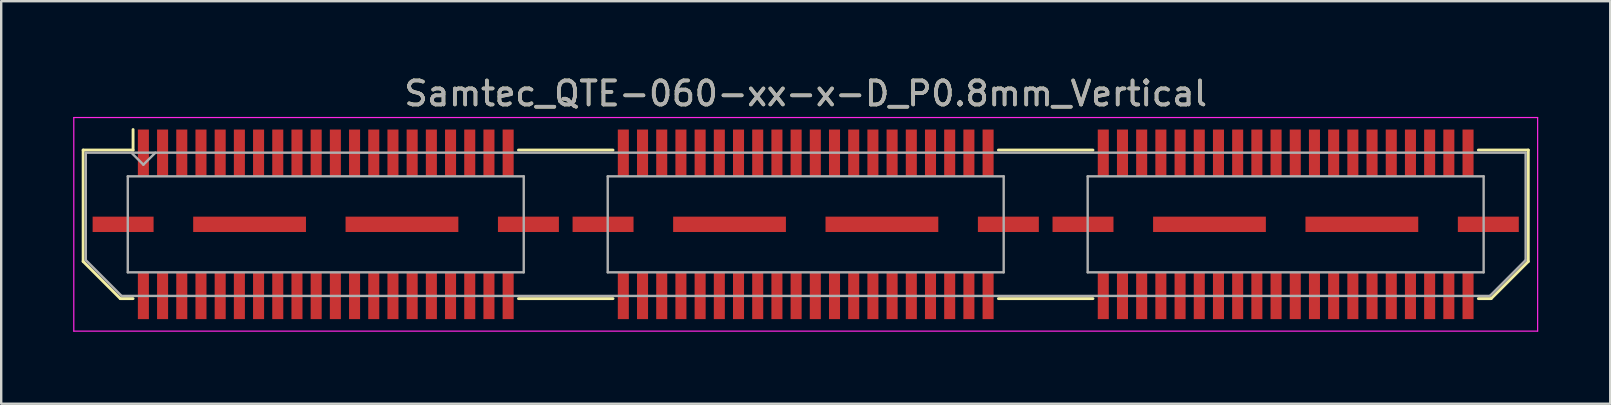
<source format=kicad_pcb>
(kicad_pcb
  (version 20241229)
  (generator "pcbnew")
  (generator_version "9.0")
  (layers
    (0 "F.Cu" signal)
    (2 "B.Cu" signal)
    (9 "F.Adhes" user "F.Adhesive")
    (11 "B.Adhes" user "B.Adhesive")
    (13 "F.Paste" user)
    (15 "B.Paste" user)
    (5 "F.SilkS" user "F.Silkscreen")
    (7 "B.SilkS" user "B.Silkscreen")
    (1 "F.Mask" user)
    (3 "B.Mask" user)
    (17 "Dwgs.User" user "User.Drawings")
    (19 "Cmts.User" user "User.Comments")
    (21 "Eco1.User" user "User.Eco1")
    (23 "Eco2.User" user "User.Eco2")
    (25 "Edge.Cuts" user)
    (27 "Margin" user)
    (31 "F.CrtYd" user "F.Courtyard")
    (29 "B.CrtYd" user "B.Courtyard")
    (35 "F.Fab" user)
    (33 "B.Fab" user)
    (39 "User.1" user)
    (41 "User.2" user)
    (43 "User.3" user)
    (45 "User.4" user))
  (footprint "Samtec_QTE-060-xx-x-D_P0.8mm_Vertical"
    (layer "F.Cu")
    (at 30.525 6.298)
    (property "Reference" "Samtec_QTE-060-xx-x-D_P0.8mm_Vertical" (at 0 -5.45 0) (layer "F.SilkS") (effects (font (size 1 1) (thickness 0.15))))
    (attr smd)
    (fp_line (start -30.11 -3.095) (end -30.11 1.548) (stroke (width 0.12) (type solid)) (layer "F.SilkS"))
    (fp_line (start -30.11 1.548) (end -28.562 3.095) (stroke (width 0.12) (type solid)) (layer "F.SilkS"))
    (fp_line (start -28.562 3.095) (end -28.03 3.095) (stroke (width 0.12) (type solid)) (layer "F.SilkS"))
    (fp_line (start -28.03 -3.95) (end -28.03 -3.095) (stroke (width 0.12) (type solid)) (layer "F.SilkS"))
    (fp_line (start -28.03 -3.095) (end -30.11 -3.095) (stroke (width 0.12) (type solid)) (layer "F.SilkS"))
    (fp_line (start -11.97 -3.095) (end -8.03 -3.095) (stroke (width 0.12) (type solid)) (layer "F.SilkS"))
    (fp_line (start -11.97 3.095) (end -8.03 3.095) (stroke (width 0.12) (type solid)) (layer "F.SilkS"))
    (fp_line (start 8.03 -3.095) (end 11.97 -3.095) (stroke (width 0.12) (type solid)) (layer "F.SilkS"))
    (fp_line (start 8.03 3.095) (end 11.97 3.095) (stroke (width 0.12) (type solid)) (layer "F.SilkS"))
    (fp_line (start 28.03 -3.095) (end 30.11 -3.095) (stroke (width 0.12) (type solid)) (layer "F.SilkS"))
    (fp_line (start 28.562 3.095) (end 28.03 3.095) (stroke (width 0.12) (type solid)) (layer "F.SilkS"))
    (fp_line (start 30.11 -3.095) (end 30.11 1.548) (stroke (width 0.12) (type solid)) (layer "F.SilkS"))
    (fp_line (start 30.11 1.548) (end 28.562 3.095) (stroke (width 0.12) (type solid)) (layer "F.SilkS"))
    (fp_line (start -30.5 -4.45) (end -30.5 4.45) (stroke (width 0.05) (type solid)) (layer "F.CrtYd"))
    (fp_line (start -30.5 4.45) (end 30.5 4.45) (stroke (width 0.05) (type solid)) (layer "F.CrtYd"))
    (fp_line (start 30.5 -4.45) (end -30.5 -4.45) (stroke (width 0.05) (type solid)) (layer "F.CrtYd"))
    (fp_line (start 30.5 4.45) (end 30.5 -4.45) (stroke (width 0.05) (type solid)) (layer "F.CrtYd"))
    (fp_line (start -30 -2.985) (end -30 1.492) (stroke (width 0.1) (type solid)) (layer "F.Fab"))
    (fp_line (start -30 -2.985) (end 30 -2.985) (stroke (width 0.1) (type solid)) (layer "F.Fab"))
    (fp_line (start -30 1.492) (end -28.508 2.985) (stroke (width 0.1) (type solid)) (layer "F.Fab"))
    (fp_line (start -28.508 2.985) (end 28.508 2.985) (stroke (width 0.1) (type solid)) (layer "F.Fab"))
    (fp_line (start -28.25 -2) (end -28.25 2) (stroke (width 0.1) (type solid)) (layer "F.Fab"))
    (fp_line (start -28.25 2) (end -11.75 2) (stroke (width 0.1) (type solid)) (layer "F.Fab"))
    (fp_line (start -27.6 -2.485) (end -28.1 -2.985) (stroke (width 0.1) (type solid)) (layer "F.Fab"))
    (fp_line (start -27.1 -2.985) (end -27.6 -2.485) (stroke (width 0.1) (type solid)) (layer "F.Fab"))
    (fp_line (start -11.75 -2) (end -28.25 -2) (stroke (width 0.1) (type solid)) (layer "F.Fab"))
    (fp_line (start -11.75 2) (end -11.75 -2) (stroke (width 0.1) (type solid)) (layer "F.Fab"))
    (fp_line (start -8.25 -2) (end -8.25 2) (stroke (width 0.1) (type solid)) (layer "F.Fab"))
    (fp_line (start -8.25 2) (end 8.25 2) (stroke (width 0.1) (type solid)) (layer "F.Fab"))
    (fp_line (start 8.25 -2) (end -8.25 -2) (stroke (width 0.1) (type solid)) (layer "F.Fab"))
    (fp_line (start 8.25 2) (end 8.25 -2) (stroke (width 0.1) (type solid)) (layer "F.Fab"))
    (fp_line (start 11.75 -2) (end 11.75 2) (stroke (width 0.1) (type solid)) (layer "F.Fab"))
    (fp_line (start 11.75 2) (end 28.25 2) (stroke (width 0.1) (type solid)) (layer "F.Fab"))
    (fp_line (start 28.25 -2) (end 11.75 -2) (stroke (width 0.1) (type solid)) (layer "F.Fab"))
    (fp_line (start 28.25 2) (end 28.25 -2) (stroke (width 0.1) (type solid)) (layer "F.Fab"))
    (fp_line (start 30 -2.985) (end 30 1.492) (stroke (width 0.1) (type solid)) (layer "F.Fab"))
    (fp_line (start 30 1.492) (end 28.508 2.985) (stroke (width 0.1) (type solid)) (layer "F.Fab"))
    (fp_text user "${REFERENCE}" (at 0 -5.45 0) (layer "F.Fab") (effects (font (size 1 1) (thickness 0.15))))
    (pad "1" smd rect (at -27.6 -2.98) (size 0.46 1.94) (layers "F.Cu" "F.Mask" "F.Paste"))
    (pad "2" smd rect (at -27.6 2.98) (size 0.46 1.94) (layers "F.Cu" "F.Mask" "F.Paste"))
    (pad "3" smd rect (at -26.8 -2.98) (size 0.46 1.94) (layers "F.Cu" "F.Mask" "F.Paste"))
    (pad "4" smd rect (at -26.8 2.98) (size 0.46 1.94) (layers "F.Cu" "F.Mask" "F.Paste"))
    (pad "5" smd rect (at -26 -2.98) (size 0.46 1.94) (layers "F.Cu" "F.Mask" "F.Paste"))
    (pad "6" smd rect (at -26 2.98) (size 0.46 1.94) (layers "F.Cu" "F.Mask" "F.Paste"))
    (pad "7" smd rect (at -25.2 -2.98) (size 0.46 1.94) (layers "F.Cu" "F.Mask" "F.Paste"))
    (pad "8" smd rect (at -25.2 2.98) (size 0.46 1.94) (layers "F.Cu" "F.Mask" "F.Paste"))
    (pad "9" smd rect (at -24.4 -2.98) (size 0.46 1.94) (layers "F.Cu" "F.Mask" "F.Paste"))
    (pad "10" smd rect (at -24.4 2.98) (size 0.46 1.94) (layers "F.Cu" "F.Mask" "F.Paste"))
    (pad "11" smd rect (at -23.6 -2.98) (size 0.46 1.94) (layers "F.Cu" "F.Mask" "F.Paste"))
    (pad "12" smd rect (at -23.6 2.98) (size 0.46 1.94) (layers "F.Cu" "F.Mask" "F.Paste"))
    (pad "13" smd rect (at -22.8 -2.98) (size 0.46 1.94) (layers "F.Cu" "F.Mask" "F.Paste"))
    (pad "14" smd rect (at -22.8 2.98) (size 0.46 1.94) (layers "F.Cu" "F.Mask" "F.Paste"))
    (pad "15" smd rect (at -22 -2.98) (size 0.46 1.94) (layers "F.Cu" "F.Mask" "F.Paste"))
    (pad "16" smd rect (at -22 2.98) (size 0.46 1.94) (layers "F.Cu" "F.Mask" "F.Paste"))
    (pad "17" smd rect (at -21.2 -2.98) (size 0.46 1.94) (layers "F.Cu" "F.Mask" "F.Paste"))
    (pad "18" smd rect (at -21.2 2.98) (size 0.46 1.94) (layers "F.Cu" "F.Mask" "F.Paste"))
    (pad "19" smd rect (at -20.4 -2.98) (size 0.46 1.94) (layers "F.Cu" "F.Mask" "F.Paste"))
    (pad "20" smd rect (at -20.4 2.98) (size 0.46 1.94) (layers "F.Cu" "F.Mask" "F.Paste"))
    (pad "21" smd rect (at -19.6 -2.98) (size 0.46 1.94) (layers "F.Cu" "F.Mask" "F.Paste"))
    (pad "22" smd rect (at -19.6 2.98) (size 0.46 1.94) (layers "F.Cu" "F.Mask" "F.Paste"))
    (pad "23" smd rect (at -18.8 -2.98) (size 0.46 1.94) (layers "F.Cu" "F.Mask" "F.Paste"))
    (pad "24" smd rect (at -18.8 2.98) (size 0.46 1.94) (layers "F.Cu" "F.Mask" "F.Paste"))
    (pad "25" smd rect (at -18 -2.98) (size 0.46 1.94) (layers "F.Cu" "F.Mask" "F.Paste"))
    (pad "26" smd rect (at -18 2.98) (size 0.46 1.94) (layers "F.Cu" "F.Mask" "F.Paste"))
    (pad "27" smd rect (at -17.2 -2.98) (size 0.46 1.94) (layers "F.Cu" "F.Mask" "F.Paste"))
    (pad "28" smd rect (at -17.2 2.98) (size 0.46 1.94) (layers "F.Cu" "F.Mask" "F.Paste"))
    (pad "29" smd rect (at -16.4 -2.98) (size 0.46 1.94) (layers "F.Cu" "F.Mask" "F.Paste"))
    (pad "30" smd rect (at -16.4 2.98) (size 0.46 1.94) (layers "F.Cu" "F.Mask" "F.Paste"))
    (pad "31" smd rect (at -15.6 -2.98) (size 0.46 1.94) (layers "F.Cu" "F.Mask" "F.Paste"))
    (pad "32" smd rect (at -15.6 2.98) (size 0.46 1.94) (layers "F.Cu" "F.Mask" "F.Paste"))
    (pad "33" smd rect (at -14.8 -2.98) (size 0.46 1.94) (layers "F.Cu" "F.Mask" "F.Paste"))
    (pad "34" smd rect (at -14.8 2.98) (size 0.46 1.94) (layers "F.Cu" "F.Mask" "F.Paste"))
    (pad "35" smd rect (at -14 -2.98) (size 0.46 1.94) (layers "F.Cu" "F.Mask" "F.Paste"))
    (pad "36" smd rect (at -14 2.98) (size 0.46 1.94) (layers "F.Cu" "F.Mask" "F.Paste"))
    (pad "37" smd rect (at -13.2 -2.98) (size 0.46 1.94) (layers "F.Cu" "F.Mask" "F.Paste"))
    (pad "38" smd rect (at -13.2 2.98) (size 0.46 1.94) (layers "F.Cu" "F.Mask" "F.Paste"))
    (pad "39" smd rect (at -12.4 -2.98) (size 0.46 1.94) (layers "F.Cu" "F.Mask" "F.Paste"))
    (pad "40" smd rect (at -12.4 2.98) (size 0.46 1.94) (layers "F.Cu" "F.Mask" "F.Paste"))
    (pad "41" smd rect (at -7.6 -2.98) (size 0.46 1.94) (layers "F.Cu" "F.Mask" "F.Paste"))
    (pad "42" smd rect (at -7.6 2.98) (size 0.46 1.94) (layers "F.Cu" "F.Mask" "F.Paste"))
    (pad "43" smd rect (at -6.8 -2.98) (size 0.46 1.94) (layers "F.Cu" "F.Mask" "F.Paste"))
    (pad "44" smd rect (at -6.8 2.98) (size 0.46 1.94) (layers "F.Cu" "F.Mask" "F.Paste"))
    (pad "45" smd rect (at -6 -2.98) (size 0.46 1.94) (layers "F.Cu" "F.Mask" "F.Paste"))
    (pad "46" smd rect (at -6 2.98) (size 0.46 1.94) (layers "F.Cu" "F.Mask" "F.Paste"))
    (pad "47" smd rect (at -5.2 -2.98) (size 0.46 1.94) (layers "F.Cu" "F.Mask" "F.Paste"))
    (pad "48" smd rect (at -5.2 2.98) (size 0.46 1.94) (layers "F.Cu" "F.Mask" "F.Paste"))
    (pad "49" smd rect (at -4.4 -2.98) (size 0.46 1.94) (layers "F.Cu" "F.Mask" "F.Paste"))
    (pad "50" smd rect (at -4.4 2.98) (size 0.46 1.94) (layers "F.Cu" "F.Mask" "F.Paste"))
    (pad "51" smd rect (at -3.6 -2.98) (size 0.46 1.94) (layers "F.Cu" "F.Mask" "F.Paste"))
    (pad "52" smd rect (at -3.6 2.98) (size 0.46 1.94) (layers "F.Cu" "F.Mask" "F.Paste"))
    (pad "53" smd rect (at -2.8 -2.98) (size 0.46 1.94) (layers "F.Cu" "F.Mask" "F.Paste"))
    (pad "54" smd rect (at -2.8 2.98) (size 0.46 1.94) (layers "F.Cu" "F.Mask" "F.Paste"))
    (pad "55" smd rect (at -2 -2.98) (size 0.46 1.94) (layers "F.Cu" "F.Mask" "F.Paste"))
    (pad "56" smd rect (at -2 2.98) (size 0.46 1.94) (layers "F.Cu" "F.Mask" "F.Paste"))
    (pad "57" smd rect (at -1.2 -2.98) (size 0.46 1.94) (layers "F.Cu" "F.Mask" "F.Paste"))
    (pad "58" smd rect (at -1.2 2.98) (size 0.46 1.94) (layers "F.Cu" "F.Mask" "F.Paste"))
    (pad "59" smd rect (at -0.4 -2.98) (size 0.46 1.94) (layers "F.Cu" "F.Mask" "F.Paste"))
    (pad "60" smd rect (at -0.4 2.98) (size 0.46 1.94) (layers "F.Cu" "F.Mask" "F.Paste"))
    (pad "61" smd rect (at 0.4 -2.98) (size 0.46 1.94) (layers "F.Cu" "F.Mask" "F.Paste"))
    (pad "62" smd rect (at 0.4 2.98) (size 0.46 1.94) (layers "F.Cu" "F.Mask" "F.Paste"))
    (pad "63" smd rect (at 1.2 -2.98) (size 0.46 1.94) (layers "F.Cu" "F.Mask" "F.Paste"))
    (pad "64" smd rect (at 1.2 2.98) (size 0.46 1.94) (layers "F.Cu" "F.Mask" "F.Paste"))
    (pad "65" smd rect (at 2 -2.98) (size 0.46 1.94) (layers "F.Cu" "F.Mask" "F.Paste"))
    (pad "66" smd rect (at 2 2.98) (size 0.46 1.94) (layers "F.Cu" "F.Mask" "F.Paste"))
    (pad "67" smd rect (at 2.8 -2.98) (size 0.46 1.94) (layers "F.Cu" "F.Mask" "F.Paste"))
    (pad "68" smd rect (at 2.8 2.98) (size 0.46 1.94) (layers "F.Cu" "F.Mask" "F.Paste"))
    (pad "69" smd rect (at 3.6 -2.98) (size 0.46 1.94) (layers "F.Cu" "F.Mask" "F.Paste"))
    (pad "70" smd rect (at 3.6 2.98) (size 0.46 1.94) (layers "F.Cu" "F.Mask" "F.Paste"))
    (pad "71" smd rect (at 4.4 -2.98) (size 0.46 1.94) (layers "F.Cu" "F.Mask" "F.Paste"))
    (pad "72" smd rect (at 4.4 2.98) (size 0.46 1.94) (layers "F.Cu" "F.Mask" "F.Paste"))
    (pad "73" smd rect (at 5.2 -2.98) (size 0.46 1.94) (layers "F.Cu" "F.Mask" "F.Paste"))
    (pad "74" smd rect (at 5.2 2.98) (size 0.46 1.94) (layers "F.Cu" "F.Mask" "F.Paste"))
    (pad "75" smd rect (at 6 -2.98) (size 0.46 1.94) (layers "F.Cu" "F.Mask" "F.Paste"))
    (pad "76" smd rect (at 6 2.98) (size 0.46 1.94) (layers "F.Cu" "F.Mask" "F.Paste"))
    (pad "77" smd rect (at 6.8 -2.98) (size 0.46 1.94) (layers "F.Cu" "F.Mask" "F.Paste"))
    (pad "78" smd rect (at 6.8 2.98) (size 0.46 1.94) (layers "F.Cu" "F.Mask" "F.Paste"))
    (pad "79" smd rect (at 7.6 -2.98) (size 0.46 1.94) (layers "F.Cu" "F.Mask" "F.Paste"))
    (pad "80" smd rect (at 7.6 2.98) (size 0.46 1.94) (layers "F.Cu" "F.Mask" "F.Paste"))
    (pad "81" smd rect (at 12.4 -2.98) (size 0.46 1.94) (layers "F.Cu" "F.Mask" "F.Paste"))
    (pad "82" smd rect (at 12.4 2.98) (size 0.46 1.94) (layers "F.Cu" "F.Mask" "F.Paste"))
    (pad "83" smd rect (at 13.2 -2.98) (size 0.46 1.94) (layers "F.Cu" "F.Mask" "F.Paste"))
    (pad "84" smd rect (at 13.2 2.98) (size 0.46 1.94) (layers "F.Cu" "F.Mask" "F.Paste"))
    (pad "85" smd rect (at 14 -2.98) (size 0.46 1.94) (layers "F.Cu" "F.Mask" "F.Paste"))
    (pad "86" smd rect (at 14 2.98) (size 0.46 1.94) (layers "F.Cu" "F.Mask" "F.Paste"))
    (pad "87" smd rect (at 14.8 -2.98) (size 0.46 1.94) (layers "F.Cu" "F.Mask" "F.Paste"))
    (pad "88" smd rect (at 14.8 2.98) (size 0.46 1.94) (layers "F.Cu" "F.Mask" "F.Paste"))
    (pad "89" smd rect (at 15.6 -2.98) (size 0.46 1.94) (layers "F.Cu" "F.Mask" "F.Paste"))
    (pad "90" smd rect (at 15.6 2.98) (size 0.46 1.94) (layers "F.Cu" "F.Mask" "F.Paste"))
    (pad "91" smd rect (at 16.4 -2.98) (size 0.46 1.94) (layers "F.Cu" "F.Mask" "F.Paste"))
    (pad "92" smd rect (at 16.4 2.98) (size 0.46 1.94) (layers "F.Cu" "F.Mask" "F.Paste"))
    (pad "93" smd rect (at 17.2 -2.98) (size 0.46 1.94) (layers "F.Cu" "F.Mask" "F.Paste"))
    (pad "94" smd rect (at 17.2 2.98) (size 0.46 1.94) (layers "F.Cu" "F.Mask" "F.Paste"))
    (pad "95" smd rect (at 18 -2.98) (size 0.46 1.94) (layers "F.Cu" "F.Mask" "F.Paste"))
    (pad "96" smd rect (at 18 2.98) (size 0.46 1.94) (layers "F.Cu" "F.Mask" "F.Paste"))
    (pad "97" smd rect (at 18.8 -2.98) (size 0.46 1.94) (layers "F.Cu" "F.Mask" "F.Paste"))
    (pad "98" smd rect (at 18.8 2.98) (size 0.46 1.94) (layers "F.Cu" "F.Mask" "F.Paste"))
    (pad "99" smd rect (at 19.6 -2.98) (size 0.46 1.94) (layers "F.Cu" "F.Mask" "F.Paste"))
    (pad "100" smd rect (at 19.6 2.98) (size 0.46 1.94) (layers "F.Cu" "F.Mask" "F.Paste"))
    (pad "101" smd rect (at 20.4 -2.98) (size 0.46 1.94) (layers "F.Cu" "F.Mask" "F.Paste"))
    (pad "102" smd rect (at 20.4 2.98) (size 0.46 1.94) (layers "F.Cu" "F.Mask" "F.Paste"))
    (pad "103" smd rect (at 21.2 -2.98) (size 0.46 1.94) (layers "F.Cu" "F.Mask" "F.Paste"))
    (pad "104" smd rect (at 21.2 2.98) (size 0.46 1.94) (layers "F.Cu" "F.Mask" "F.Paste"))
    (pad "105" smd rect (at 22 -2.98) (size 0.46 1.94) (layers "F.Cu" "F.Mask" "F.Paste"))
    (pad "106" smd rect (at 22 2.98) (size 0.46 1.94) (layers "F.Cu" "F.Mask" "F.Paste"))
    (pad "107" smd rect (at 22.8 -2.98) (size 0.46 1.94) (layers "F.Cu" "F.Mask" "F.Paste"))
    (pad "108" smd rect (at 22.8 2.98) (size 0.46 1.94) (layers "F.Cu" "F.Mask" "F.Paste"))
    (pad "109" smd rect (at 23.6 -2.98) (size 0.46 1.94) (layers "F.Cu" "F.Mask" "F.Paste"))
    (pad "110" smd rect (at 23.6 2.98) (size 0.46 1.94) (layers "F.Cu" "F.Mask" "F.Paste"))
    (pad "111" smd rect (at 24.4 -2.98) (size 0.46 1.94) (layers "F.Cu" "F.Mask" "F.Paste"))
    (pad "112" smd rect (at 24.4 2.98) (size 0.46 1.94) (layers "F.Cu" "F.Mask" "F.Paste"))
    (pad "113" smd rect (at 25.2 -2.98) (size 0.46 1.94) (layers "F.Cu" "F.Mask" "F.Paste"))
    (pad "114" smd rect (at 25.2 2.98) (size 0.46 1.94) (layers "F.Cu" "F.Mask" "F.Paste"))
    (pad "115" smd rect (at 26 -2.98) (size 0.46 1.94) (layers "F.Cu" "F.Mask" "F.Paste"))
    (pad "116" smd rect (at 26 2.98) (size 0.46 1.94) (layers "F.Cu" "F.Mask" "F.Paste"))
    (pad "117" smd rect (at 26.8 -2.98) (size 0.46 1.94) (layers "F.Cu" "F.Mask" "F.Paste"))
    (pad "118" smd rect (at 26.8 2.98) (size 0.46 1.94) (layers "F.Cu" "F.Mask" "F.Paste"))
    (pad "119" smd rect (at 27.6 -2.98) (size 0.46 1.94) (layers "F.Cu" "F.Mask" "F.Paste"))
    (pad "120" smd rect (at 27.6 2.98) (size 0.46 1.94) (layers "F.Cu" "F.Mask" "F.Paste"))
    (pad "P1" smd rect (at -28.445 0) (size 2.54 0.64) (layers "F.Cu" "F.Mask" "F.Paste"))
    (pad "P1" smd rect (at -23.175 0) (size 4.7 0.64) (layers "F.Cu" "F.Mask" "F.Paste"))
    (pad "P1" smd rect (at -16.825 0) (size 4.7 0.64) (layers "F.Cu" "F.Mask" "F.Paste"))
    (pad "P1" smd rect (at -11.555 0) (size 2.54 0.64) (layers "F.Cu" "F.Mask" "F.Paste"))
    (pad "P2" smd rect (at -8.445 0) (size 2.54 0.64) (layers "F.Cu" "F.Mask" "F.Paste"))
    (pad "P2" smd rect (at -3.175 0) (size 4.7 0.64) (layers "F.Cu" "F.Mask" "F.Paste"))
    (pad "P2" smd rect (at 3.175 0) (size 4.7 0.64) (layers "F.Cu" "F.Mask" "F.Paste"))
    (pad "P2" smd rect (at 8.445 0) (size 2.54 0.64) (layers "F.Cu" "F.Mask" "F.Paste"))
    (pad "P3" smd rect (at 11.555 0) (size 2.54 0.64) (layers "F.Cu" "F.Mask" "F.Paste"))
    (pad "P3" smd rect (at 16.825 0) (size 4.7 0.64) (layers "F.Cu" "F.Mask" "F.Paste"))
    (pad "P3" smd rect (at 23.175 0) (size 4.7 0.64) (layers "F.Cu" "F.Mask" "F.Paste"))
    (pad "P3" smd rect (at 28.445 0) (size 2.54 0.64) (layers "F.Cu" "F.Mask" "F.Paste")))
  (gr_rect
    (start -3 -3)
    (end 64.05 13.773)
    (stroke (width 0.1) (type default))
    (fill no)
    (layer "Edge.Cuts")))
</source>
